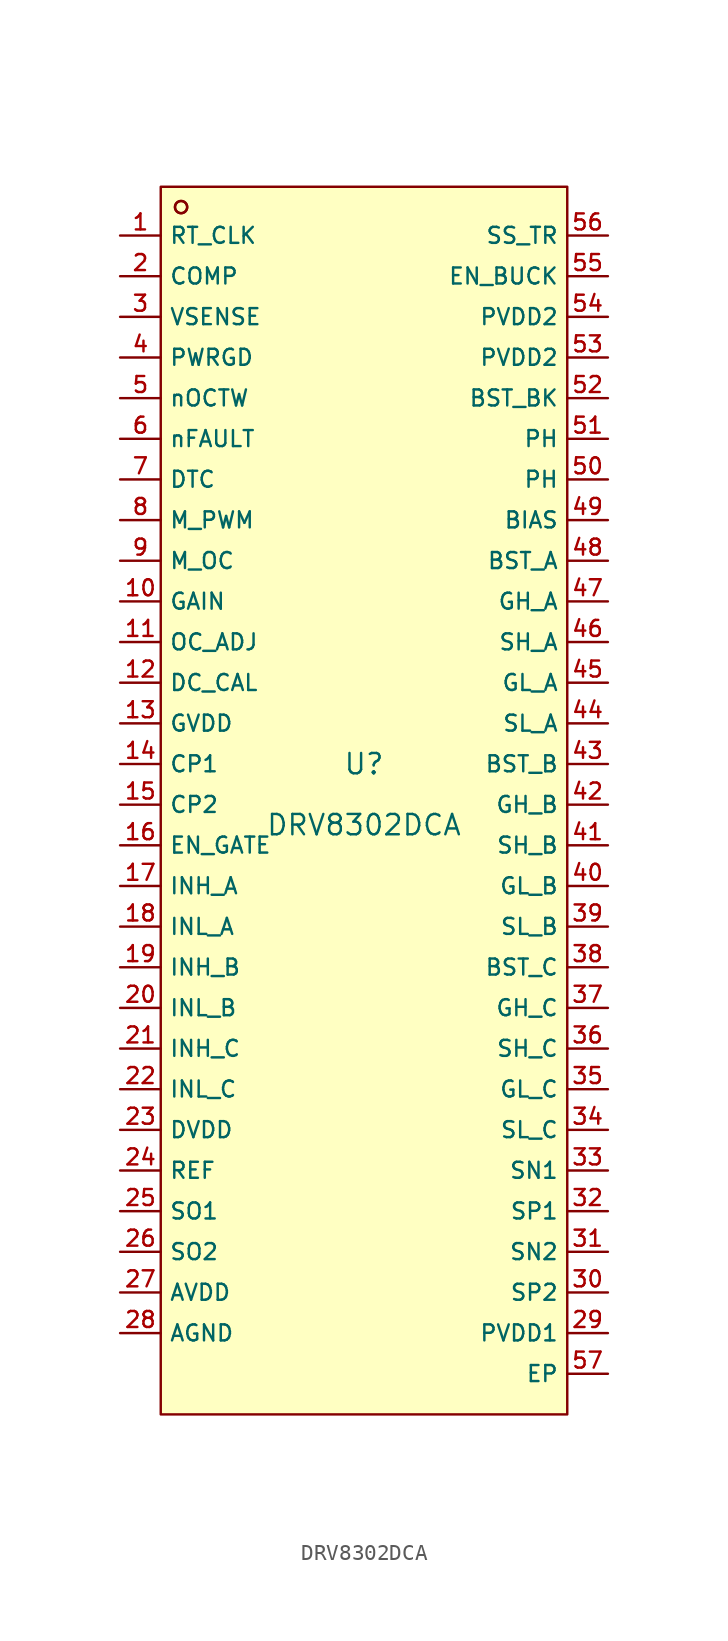
<source format=kicad_sym>
(kicad_symbol_lib
  (version 20210201)
  (generator TousstNicolas/JLC2KiCad_lib)
  (symbol "DRV8302DCA"
    (property "Reference" "U"
      (at 0 1.27 0)
      (effects (font (size 1.27 1.27))))
    (property "Value" "DRV8302DCA"
      (at 0 -2.54 0)
      (effects (font (size 1.27 1.27))))
    (symbol "DRV8302DCA_0_1"
      (circle (center -11.43 36.068) (radius 0.381) (stroke (width 0) (type default) (color 0 0 0 0)) (fill (type background)))
      (rectangle (start -12.7 37.338) (end 12.7 -39.37) (stroke (width 0) (type default) (color 0 0 0 0)) (fill (type background)))
      (circle (center -11.43 36.068) (radius 0.381) (stroke (width 0) (type default) (color 0 0 0 0)) (fill (type background)))
      (pin unspecified line (at -15.24 34.29 0) (length 2.54) (name "RT_CLK" (effects (font (size 1 1)))) (number "1" (effects (font (size 1 1)))))
      (pin unspecified line (at -15.24 31.75 0) (length 2.54) (name "COMP" (effects (font (size 1 1)))) (number "2" (effects (font (size 1 1)))))
      (pin unspecified line (at -15.24 29.21 0) (length 2.54) (name "VSENSE" (effects (font (size 1 1)))) (number "3" (effects (font (size 1 1)))))
      (pin unspecified line (at -15.24 26.67 0) (length 2.54) (name "PWRGD" (effects (font (size 1 1)))) (number "4" (effects (font (size 1 1)))))
      (pin unspecified line (at -15.24 24.13 0) (length 2.54) (name "nOCTW" (effects (font (size 1 1)))) (number "5" (effects (font (size 1 1)))))
      (pin unspecified line (at -15.24 21.59 0) (length 2.54) (name "nFAULT" (effects (font (size 1 1)))) (number "6" (effects (font (size 1 1)))))
      (pin unspecified line (at -15.24 19.05 0) (length 2.54) (name "DTC" (effects (font (size 1 1)))) (number "7" (effects (font (size 1 1)))))
      (pin unspecified line (at -15.24 16.51 0) (length 2.54) (name "M_PWM" (effects (font (size 1 1)))) (number "8" (effects (font (size 1 1)))))
      (pin unspecified line (at -15.24 13.97 0) (length 2.54) (name "M_OC" (effects (font (size 1 1)))) (number "9" (effects (font (size 1 1)))))
      (pin unspecified line (at -15.24 11.43 0) (length 2.54) (name "GAIN" (effects (font (size 1 1)))) (number "10" (effects (font (size 1 1)))))
      (pin unspecified line (at -15.24 8.89 0) (length 2.54) (name "OC_ADJ" (effects (font (size 1 1)))) (number "11" (effects (font (size 1 1)))))
      (pin unspecified line (at -15.24 6.35 0) (length 2.54) (name "DC_CAL" (effects (font (size 1 1)))) (number "12" (effects (font (size 1 1)))))
      (pin unspecified line (at -15.24 3.81 0) (length 2.54) (name "GVDD" (effects (font (size 1 1)))) (number "13" (effects (font (size 1 1)))))
      (pin unspecified line (at -15.24 1.27 0) (length 2.54) (name "CP1" (effects (font (size 1 1)))) (number "14" (effects (font (size 1 1)))))
      (pin unspecified line (at -15.24 -1.27 0) (length 2.54) (name "CP2" (effects (font (size 1 1)))) (number "15" (effects (font (size 1 1)))))
      (pin unspecified line (at -15.24 -3.81 0) (length 2.54) (name "EN_GATE" (effects (font (size 1 1)))) (number "16" (effects (font (size 1 1)))))
      (pin unspecified line (at -15.24 -6.35 0) (length 2.54) (name "INH_A" (effects (font (size 1 1)))) (number "17" (effects (font (size 1 1)))))
      (pin unspecified line (at -15.24 -8.89 0) (length 2.54) (name "INL_A" (effects (font (size 1 1)))) (number "18" (effects (font (size 1 1)))))
      (pin unspecified line (at -15.24 -11.43 0) (length 2.54) (name "INH_B" (effects (font (size 1 1)))) (number "19" (effects (font (size 1 1)))))
      (pin unspecified line (at -15.24 -13.97 0) (length 2.54) (name "INL_B" (effects (font (size 1 1)))) (number "20" (effects (font (size 1 1)))))
      (pin unspecified line (at -15.24 -16.51 0) (length 2.54) (name "INH_C" (effects (font (size 1 1)))) (number "21" (effects (font (size 1 1)))))
      (pin unspecified line (at -15.24 -19.05 0) (length 2.54) (name "INL_C" (effects (font (size 1 1)))) (number "22" (effects (font (size 1 1)))))
      (pin unspecified line (at -15.24 -21.59 0) (length 2.54) (name "DVDD" (effects (font (size 1 1)))) (number "23" (effects (font (size 1 1)))))
      (pin unspecified line (at -15.24 -24.13 0) (length 2.54) (name "REF" (effects (font (size 1 1)))) (number "24" (effects (font (size 1 1)))))
      (pin unspecified line (at -15.24 -26.67 0) (length 2.54) (name "SO1" (effects (font (size 1 1)))) (number "25" (effects (font (size 1 1)))))
      (pin unspecified line (at -15.24 -29.21 0) (length 2.54) (name "SO2" (effects (font (size 1 1)))) (number "26" (effects (font (size 1 1)))))
      (pin unspecified line (at -15.24 -31.75 0) (length 2.54) (name "AVDD" (effects (font (size 1 1)))) (number "27" (effects (font (size 1 1)))))
      (pin unspecified line (at -15.24 -34.29 0) (length 2.54) (name "AGND" (effects (font (size 1 1)))) (number "28" (effects (font (size 1 1)))))
      (pin unspecified line (at 15.24 -34.29 180) (length 2.54) (name "PVDD1" (effects (font (size 1 1)))) (number "29" (effects (font (size 1 1)))))
      (pin unspecified line (at 15.24 -31.75 180) (length 2.54) (name "SP2" (effects (font (size 1 1)))) (number "30" (effects (font (size 1 1)))))
      (pin unspecified line (at 15.24 -29.21 180) (length 2.54) (name "SN2" (effects (font (size 1 1)))) (number "31" (effects (font (size 1 1)))))
      (pin unspecified line (at 15.24 -26.67 180) (length 2.54) (name "SP1" (effects (font (size 1 1)))) (number "32" (effects (font (size 1 1)))))
      (pin unspecified line (at 15.24 -24.13 180) (length 2.54) (name "SN1" (effects (font (size 1 1)))) (number "33" (effects (font (size 1 1)))))
      (pin unspecified line (at 15.24 -21.59 180) (length 2.54) (name "SL_C" (effects (font (size 1 1)))) (number "34" (effects (font (size 1 1)))))
      (pin unspecified line (at 15.24 -19.05 180) (length 2.54) (name "GL_C" (effects (font (size 1 1)))) (number "35" (effects (font (size 1 1)))))
      (pin unspecified line (at 15.24 -16.51 180) (length 2.54) (name "SH_C" (effects (font (size 1 1)))) (number "36" (effects (font (size 1 1)))))
      (pin unspecified line (at 15.24 -13.97 180) (length 2.54) (name "GH_C" (effects (font (size 1 1)))) (number "37" (effects (font (size 1 1)))))
      (pin unspecified line (at 15.24 -11.43 180) (length 2.54) (name "BST_C" (effects (font (size 1 1)))) (number "38" (effects (font (size 1 1)))))
      (pin unspecified line (at 15.24 -8.89 180) (length 2.54) (name "SL_B" (effects (font (size 1 1)))) (number "39" (effects (font (size 1 1)))))
      (pin unspecified line (at 15.24 -6.35 180) (length 2.54) (name "GL_B" (effects (font (size 1 1)))) (number "40" (effects (font (size 1 1)))))
      (pin unspecified line (at 15.24 -3.81 180) (length 2.54) (name "SH_B" (effects (font (size 1 1)))) (number "41" (effects (font (size 1 1)))))
      (pin unspecified line (at 15.24 -1.27 180) (length 2.54) (name "GH_B" (effects (font (size 1 1)))) (number "42" (effects (font (size 1 1)))))
      (pin unspecified line (at 15.24 1.27 180) (length 2.54) (name "BST_B" (effects (font (size 1 1)))) (number "43" (effects (font (size 1 1)))))
      (pin unspecified line (at 15.24 3.81 180) (length 2.54) (name "SL_A" (effects (font (size 1 1)))) (number "44" (effects (font (size 1 1)))))
      (pin unspecified line (at 15.24 6.35 180) (length 2.54) (name "GL_A" (effects (font (size 1 1)))) (number "45" (effects (font (size 1 1)))))
      (pin unspecified line (at 15.24 8.89 180) (length 2.54) (name "SH_A" (effects (font (size 1 1)))) (number "46" (effects (font (size 1 1)))))
      (pin unspecified line (at 15.24 11.43 180) (length 2.54) (name "GH_A" (effects (font (size 1 1)))) (number "47" (effects (font (size 1 1)))))
      (pin unspecified line (at 15.24 13.97 180) (length 2.54) (name "BST_A" (effects (font (size 1 1)))) (number "48" (effects (font (size 1 1)))))
      (pin unspecified line (at 15.24 16.51 180) (length 2.54) (name "BIAS" (effects (font (size 1 1)))) (number "49" (effects (font (size 1 1)))))
      (pin unspecified line (at 15.24 19.05 180) (length 2.54) (name "PH" (effects (font (size 1 1)))) (number "50" (effects (font (size 1 1)))))
      (pin unspecified line (at 15.24 21.59 180) (length 2.54) (name "PH" (effects (font (size 1 1)))) (number "51" (effects (font (size 1 1)))))
      (pin unspecified line (at 15.24 24.13 180) (length 2.54) (name "BST_BK" (effects (font (size 1 1)))) (number "52" (effects (font (size 1 1)))))
      (pin unspecified line (at 15.24 26.67 180) (length 2.54) (name "PVDD2" (effects (font (size 1 1)))) (number "53" (effects (font (size 1 1)))))
      (pin unspecified line (at 15.24 29.21 180) (length 2.54) (name "PVDD2" (effects (font (size 1 1)))) (number "54" (effects (font (size 1 1)))))
      (pin unspecified line (at 15.24 31.75 180) (length 2.54) (name "EN_BUCK" (effects (font (size 1 1)))) (number "55" (effects (font (size 1 1)))))
      (pin unspecified line (at 15.24 34.29 180) (length 2.54) (name "SS_TR" (effects (font (size 1 1)))) (number "56" (effects (font (size 1 1)))))
      (pin unspecified line (at 15.24 -36.83 180) (length 2.54) (name "EP" (effects (font (size 1 1)))) (number "57" (effects (font (size 1 1))))))))
</source>
